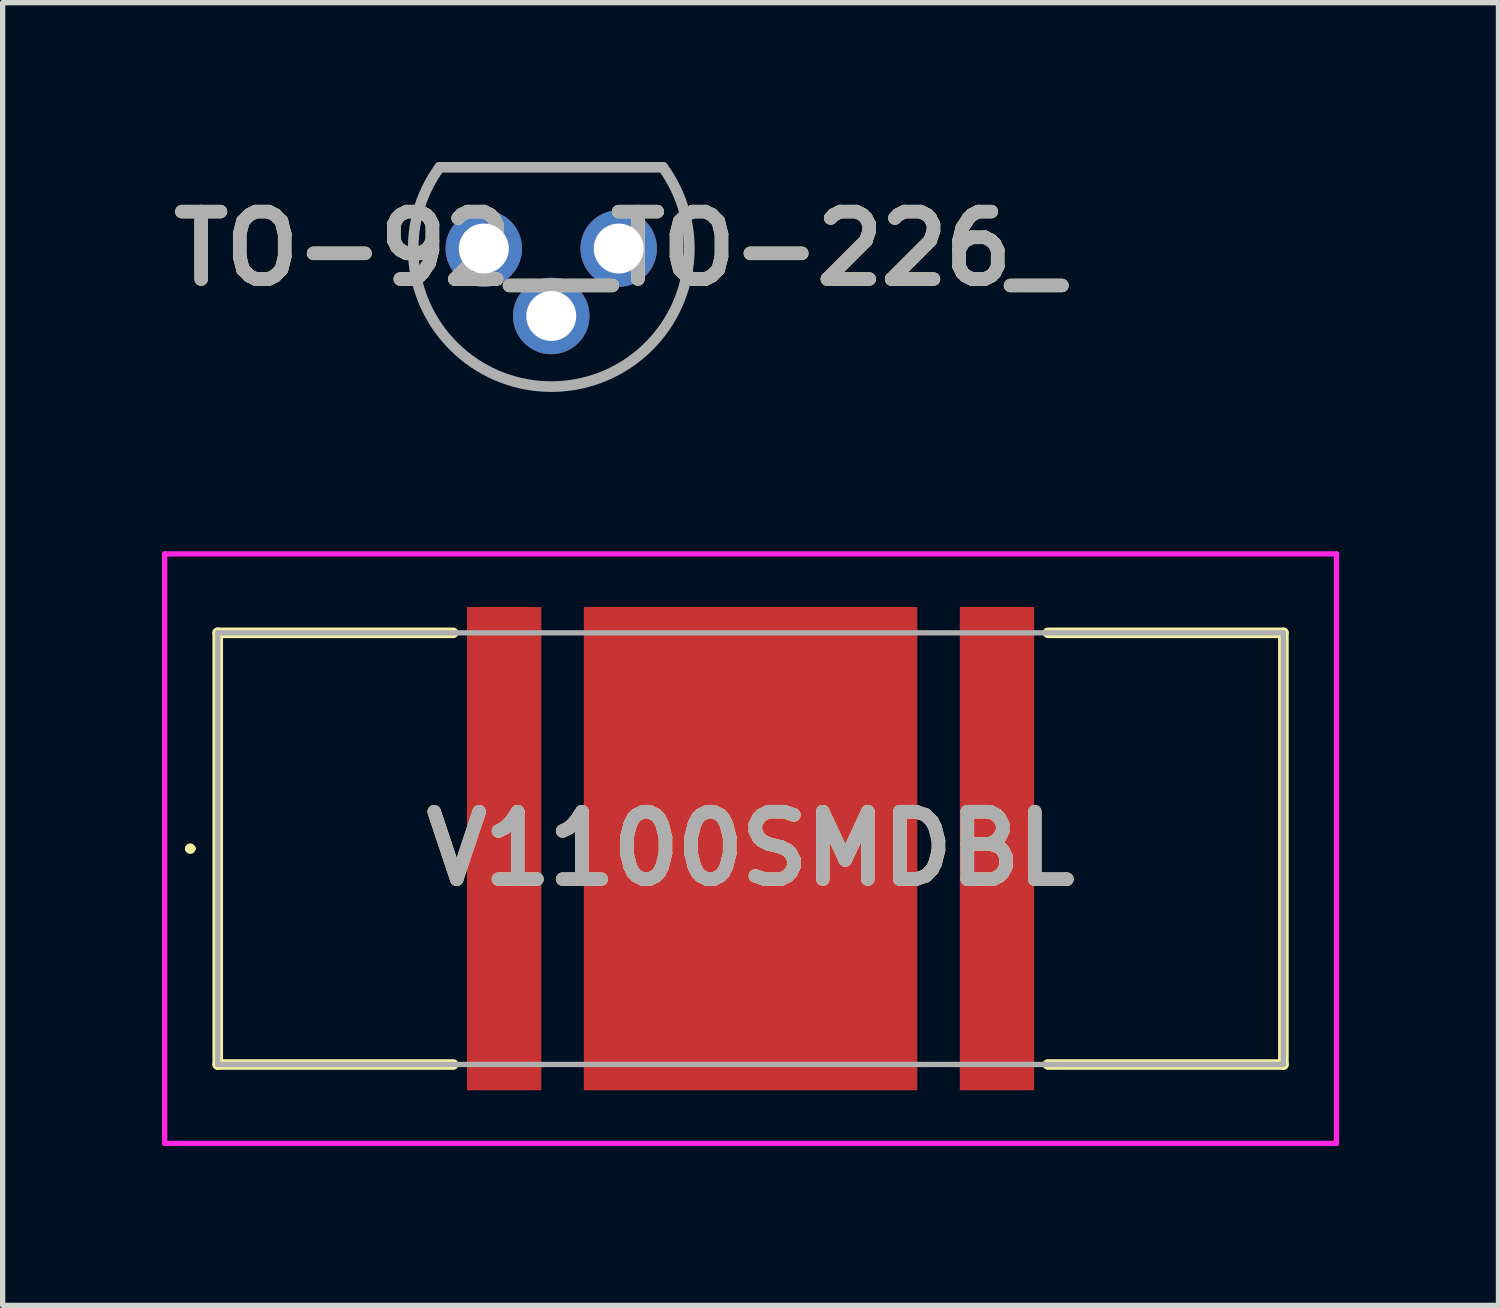
<source format=kicad_pcb>
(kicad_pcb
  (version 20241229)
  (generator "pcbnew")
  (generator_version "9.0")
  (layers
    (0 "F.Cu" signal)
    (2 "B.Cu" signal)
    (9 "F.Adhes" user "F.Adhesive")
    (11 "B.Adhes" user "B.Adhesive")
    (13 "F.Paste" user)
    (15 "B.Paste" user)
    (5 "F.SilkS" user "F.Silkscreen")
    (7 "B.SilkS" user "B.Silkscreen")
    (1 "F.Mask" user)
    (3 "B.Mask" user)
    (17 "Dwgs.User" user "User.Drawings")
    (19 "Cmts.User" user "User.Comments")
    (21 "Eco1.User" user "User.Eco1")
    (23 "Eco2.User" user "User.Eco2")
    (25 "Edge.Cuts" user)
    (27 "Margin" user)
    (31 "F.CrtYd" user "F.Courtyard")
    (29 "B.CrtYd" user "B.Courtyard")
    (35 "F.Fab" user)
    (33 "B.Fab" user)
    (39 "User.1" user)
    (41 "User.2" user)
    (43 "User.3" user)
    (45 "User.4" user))
  (footprint "TO-92__TO-226_"
    (layer "F.Cu")
    (at 8.6 1.63)
    (property "Reference" "TO-92__TO-226_" (at 0 0 0) (layer "F.SilkS") (effects (font (size 1.27 1.27) (thickness 0.254))))
    (attr through_hole)
    (fp_line (start -3.372 -1.53) (end 0.832 -1.53) (stroke (width 0.1) (type solid)) (layer "F.SilkS"))
    (fp_arc (start 0.832055 -1.530158) (mid -1.269902 2.600004) (end -3.37217 -1.53) (stroke (width 0.1) (type solid)) (layer "F.SilkS"))
    (fp_line (start -3.372 -1.53) (end 0.832 -1.53) (stroke (width 0.2) (type solid)) (layer "F.Fab"))
    (fp_arc (start 0.832055 -1.530158) (mid -1.269902 2.600004) (end -3.37217 -1.53) (stroke (width 0.2) (type solid)) (layer "F.Fab"))
    (fp_text user "${REFERENCE}" (at 0 0 0) (layer "F.Fab") (effects (font (size 1.27 1.27) (thickness 0.254))))
    (pad "1" thru_hole circle (at 0 0) (size 1.44 1.44) (drill 0.94) (layers "*.Cu" "*.Mask"))
    (pad "2" thru_hole circle (at -1.27 1.27) (size 1.44 1.44) (drill 0.94) (layers "*.Cu" "*.Mask"))
    (pad "3" thru_hole circle (at -2.54 0) (size 1.44 1.44) (drill 0.94) (layers "*.Cu" "*.Mask")))
  (footprint "V1100SMDBL"
    (layer "F.Cu")
    (at 11.083 12.93)
    (property "Reference" "V1100SMDBL" (at 0 0 0) (layer "F.SilkS") (effects (font (size 1.27 1.27) (thickness 0.254))))
    (attr smd)
    (fp_line (start -10.6 0) (end -10.6 0) (stroke (width 0.1) (type solid)) (layer "F.SilkS"))
    (fp_line (start -10.5 0) (end -10.5 0) (stroke (width 0.1) (type solid)) (layer "F.SilkS"))
    (fp_line (start -10.033 -4.064) (end -10.033 4.064) (stroke (width 0.2) (type solid)) (layer "F.SilkS"))
    (fp_line (start -10.033 4.064) (end -5.6 4.064) (stroke (width 0.2) (type solid)) (layer "F.SilkS"))
    (fp_line (start -5.6 -4.064) (end -10.033 -4.064) (stroke (width 0.2) (type solid)) (layer "F.SilkS"))
    (fp_line (start 5.6 -4.064) (end 10.033 -4.064) (stroke (width 0.2) (type solid)) (layer "F.SilkS"))
    (fp_line (start 10.033 -4.064) (end 10.033 4.064) (stroke (width 0.2) (type solid)) (layer "F.SilkS"))
    (fp_line (start 10.033 4.064) (end 5.6 4.064) (stroke (width 0.2) (type solid)) (layer "F.SilkS"))
    (fp_arc (start -10.6 0) (mid -10.55 -0.05) (end -10.5 0) (stroke (width 0.1) (type solid)) (layer "F.SilkS"))
    (fp_arc (start -10.5 0) (mid -10.55 0.05) (end -10.6 0) (stroke (width 0.1) (type solid)) (layer "F.SilkS"))
    (fp_line (start -11.033 -5.55) (end 11.033 -5.55) (stroke (width 0.1) (type solid)) (layer "F.CrtYd"))
    (fp_line (start -11.033 5.55) (end -11.033 -5.55) (stroke (width 0.1) (type solid)) (layer "F.CrtYd"))
    (fp_line (start 11.033 -5.55) (end 11.033 5.55) (stroke (width 0.1) (type solid)) (layer "F.CrtYd"))
    (fp_line (start 11.033 5.55) (end -11.033 5.55) (stroke (width 0.1) (type solid)) (layer "F.CrtYd"))
    (fp_line (start -10.033 -4.064) (end 10.033 -4.064) (stroke (width 0.1) (type solid)) (layer "F.Fab"))
    (fp_line (start -10.033 4.064) (end -10.033 -4.064) (stroke (width 0.1) (type solid)) (layer "F.Fab"))
    (fp_line (start 10.033 -4.064) (end 10.033 4.064) (stroke (width 0.1) (type solid)) (layer "F.Fab"))
    (fp_line (start 10.033 4.064) (end -10.033 4.064) (stroke (width 0.1) (type solid)) (layer "F.Fab"))
    (fp_text user "${REFERENCE}" (at 0 0 0) (layer "F.Fab") (effects (font (size 1.27 1.27) (thickness 0.254))))
    (pad "1" smd rect (at -4.64 0) (size 1.4 9.1) (layers "F.Cu" "F.Mask" "F.Paste"))
    (pad "2" smd rect (at 0 0) (size 6.28 9.1) (layers "F.Cu" "F.Mask" "F.Paste"))
    (pad "3" smd rect (at 4.64 0) (size 1.4 9.1) (layers "F.Cu" "F.Mask" "F.Paste")))
  (gr_rect
    (start -3 -3)
    (end 25.166 21.53)
    (stroke (width 0.1) (type default))
    (fill no)
    (layer "Edge.Cuts")))
</source>
